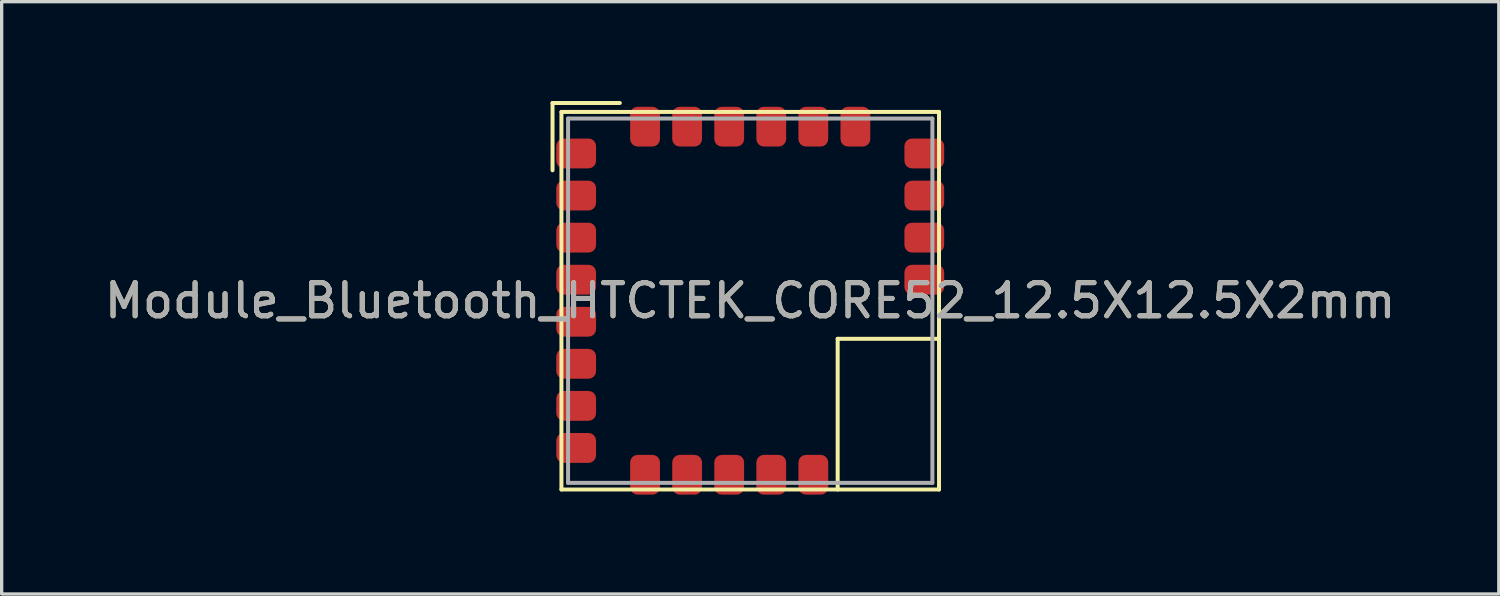
<source format=kicad_pcb>
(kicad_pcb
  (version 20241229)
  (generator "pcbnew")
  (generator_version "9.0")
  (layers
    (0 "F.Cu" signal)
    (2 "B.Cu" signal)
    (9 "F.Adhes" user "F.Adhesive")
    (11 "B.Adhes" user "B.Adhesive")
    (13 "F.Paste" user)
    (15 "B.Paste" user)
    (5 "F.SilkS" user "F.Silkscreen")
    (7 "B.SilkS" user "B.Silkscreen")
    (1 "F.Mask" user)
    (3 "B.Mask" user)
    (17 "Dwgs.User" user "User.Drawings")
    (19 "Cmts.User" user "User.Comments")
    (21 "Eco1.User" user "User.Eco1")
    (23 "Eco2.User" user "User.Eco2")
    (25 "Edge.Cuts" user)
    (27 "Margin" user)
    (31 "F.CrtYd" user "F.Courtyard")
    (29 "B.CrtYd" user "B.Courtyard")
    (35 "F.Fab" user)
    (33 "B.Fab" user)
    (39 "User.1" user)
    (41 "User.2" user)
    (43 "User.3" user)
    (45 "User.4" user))
  (footprint "Module_Bluetooth_HTCTEK_CORE52_12.5X12.5X2mm"
    (layer "F.Cu")
    (at 19.601 6.029)
    (property "Reference" "Module_Bluetooth_HTCTEK_CORE52_12.5X12.5X2mm" (at 0 0 180) (layer "F.SilkS") (effects (font (size 1 1) (thickness 0.15))))
    (attr smd)
    (fp_line (start -5.969 -5.969) (end -3.937 -5.969) (stroke (width 0.12) (type solid)) (layer "F.SilkS"))
    (fp_line (start -5.969 -3.937) (end -5.969 -5.969) (stroke (width 0.12) (type solid)) (layer "F.SilkS"))
    (fp_line (start -5.7 -5.7) (end 5.7 -5.7) (stroke (width 0.12) (type solid)) (layer "F.SilkS"))
    (fp_line (start -5.7 5.7) (end -5.7 -5.7) (stroke (width 0.12) (type solid)) (layer "F.SilkS"))
    (fp_line (start 2.64 1.15) (end 2.64 5.7) (stroke (width 0.12) (type solid)) (layer "F.SilkS"))
    (fp_line (start 2.64 1.15) (end 5.7 1.15) (stroke (width 0.12) (type solid)) (layer "F.SilkS"))
    (fp_line (start 5.7 -5.7) (end 5.7 5.7) (stroke (width 0.12) (type solid)) (layer "F.SilkS"))
    (fp_line (start 5.7 5.7) (end -5.7 5.7) (stroke (width 0.12) (type solid)) (layer "F.SilkS"))
    (fp_line (start -5.5 -5.5) (end 5.5 -5.5) (stroke (width 0.12) (type solid)) (layer "F.Fab"))
    (fp_line (start -5.5 5.5) (end -5.5 -5.5) (stroke (width 0.12) (type solid)) (layer "F.Fab"))
    (fp_line (start 5.5 -5.5) (end 5.5 5.5) (stroke (width 0.12) (type solid)) (layer "F.Fab"))
    (fp_line (start 5.5 5.5) (end -5.5 5.5) (stroke (width 0.12) (type solid)) (layer "F.Fab"))
    (fp_text user "${REFERENCE}" (at 0 0 180) (layer "F.Fab") (effects (font (size 1 1) (thickness 0.15))))
    (pad "1" smd roundrect (at -5.255 -4.445) (size 1.2 0.9) (layers "F.Cu" "F.Mask" "F.Paste") (roundrect_rratio 0.25))
    (pad "2" smd roundrect (at -5.255 -3.175) (size 1.2 0.9) (layers "F.Cu" "F.Mask" "F.Paste") (roundrect_rratio 0.25))
    (pad "3" smd roundrect (at -5.255 -1.905) (size 1.2 0.9) (layers "F.Cu" "F.Mask" "F.Paste") (roundrect_rratio 0.25))
    (pad "4" smd roundrect (at -5.255 -0.635) (size 1.2 0.9) (layers "F.Cu" "F.Mask" "F.Paste") (roundrect_rratio 0.25))
    (pad "5" smd roundrect (at -5.255 0.635) (size 1.2 0.9) (layers "F.Cu" "F.Mask" "F.Paste") (roundrect_rratio 0.25))
    (pad "6" smd roundrect (at -5.255 1.905) (size 1.2 0.9) (layers "F.Cu" "F.Mask" "F.Paste") (roundrect_rratio 0.25))
    (pad "7" smd roundrect (at -5.255 3.175) (size 1.2 0.9) (layers "F.Cu" "F.Mask" "F.Paste") (roundrect_rratio 0.25))
    (pad "8" smd roundrect (at -5.255 4.445) (size 1.2 0.9) (layers "F.Cu" "F.Mask" "F.Paste") (roundrect_rratio 0.25))
    (pad "9" smd roundrect (at -3.175 5.255 90) (size 1.2 0.9) (layers "F.Cu" "F.Mask" "F.Paste") (roundrect_rratio 0.25))
    (pad "10" smd roundrect (at -1.905 5.255 90) (size 1.2 0.9) (layers "F.Cu" "F.Mask" "F.Paste") (roundrect_rratio 0.25))
    (pad "11" smd roundrect (at -0.635 5.255 90) (size 1.2 0.9) (layers "F.Cu" "F.Mask" "F.Paste") (roundrect_rratio 0.25))
    (pad "12" smd roundrect (at 0.635 5.255 90) (size 1.2 0.9) (layers "F.Cu" "F.Mask" "F.Paste") (roundrect_rratio 0.25))
    (pad "13" smd roundrect (at 1.905 5.255 90) (size 1.2 0.9) (layers "F.Cu" "F.Mask" "F.Paste") (roundrect_rratio 0.25))
    (pad "14" smd roundrect (at 5.255 -0.635) (size 1.2 0.9) (layers "F.Cu" "F.Mask" "F.Paste") (roundrect_rratio 0.25))
    (pad "15" smd roundrect (at 5.255 -1.905 180) (size 1.2 0.9) (layers "F.Cu" "F.Mask" "F.Paste") (roundrect_rratio 0.25))
    (pad "16" smd roundrect (at 5.255 -3.175 180) (size 1.2 0.9) (layers "F.Cu" "F.Mask" "F.Paste") (roundrect_rratio 0.25))
    (pad "17" smd roundrect (at 5.255 -4.445 180) (size 1.2 0.9) (layers "F.Cu" "F.Mask" "F.Paste") (roundrect_rratio 0.25))
    (pad "18" smd roundrect (at 3.175 -5.255 270) (size 1.2 0.9) (layers "F.Cu" "F.Mask" "F.Paste") (roundrect_rratio 0.25))
    (pad "19" smd roundrect (at 1.905 -5.255 270) (size 1.2 0.9) (layers "F.Cu" "F.Mask" "F.Paste") (roundrect_rratio 0.25))
    (pad "20" smd roundrect (at 0.635 -5.255 270) (size 1.2 0.9) (layers "F.Cu" "F.Mask" "F.Paste") (roundrect_rratio 0.25))
    (pad "21" smd roundrect (at -0.635 -5.255 270) (size 1.2 0.9) (layers "F.Cu" "F.Mask" "F.Paste") (roundrect_rratio 0.25))
    (pad "22" smd roundrect (at -1.905 -5.255 270) (size 1.2 0.9) (layers "F.Cu" "F.Mask" "F.Paste") (roundrect_rratio 0.25))
    (pad "23" smd roundrect (at -3.175 -5.255 270) (size 1.2 0.9) (layers "F.Cu" "F.Mask" "F.Paste") (roundrect_rratio 0.25)))
  (gr_rect
    (start -3 -3)
    (end 42.202 14.884)
    (stroke (width 0.1) (type default))
    (fill no)
    (layer "Edge.Cuts")))
</source>
